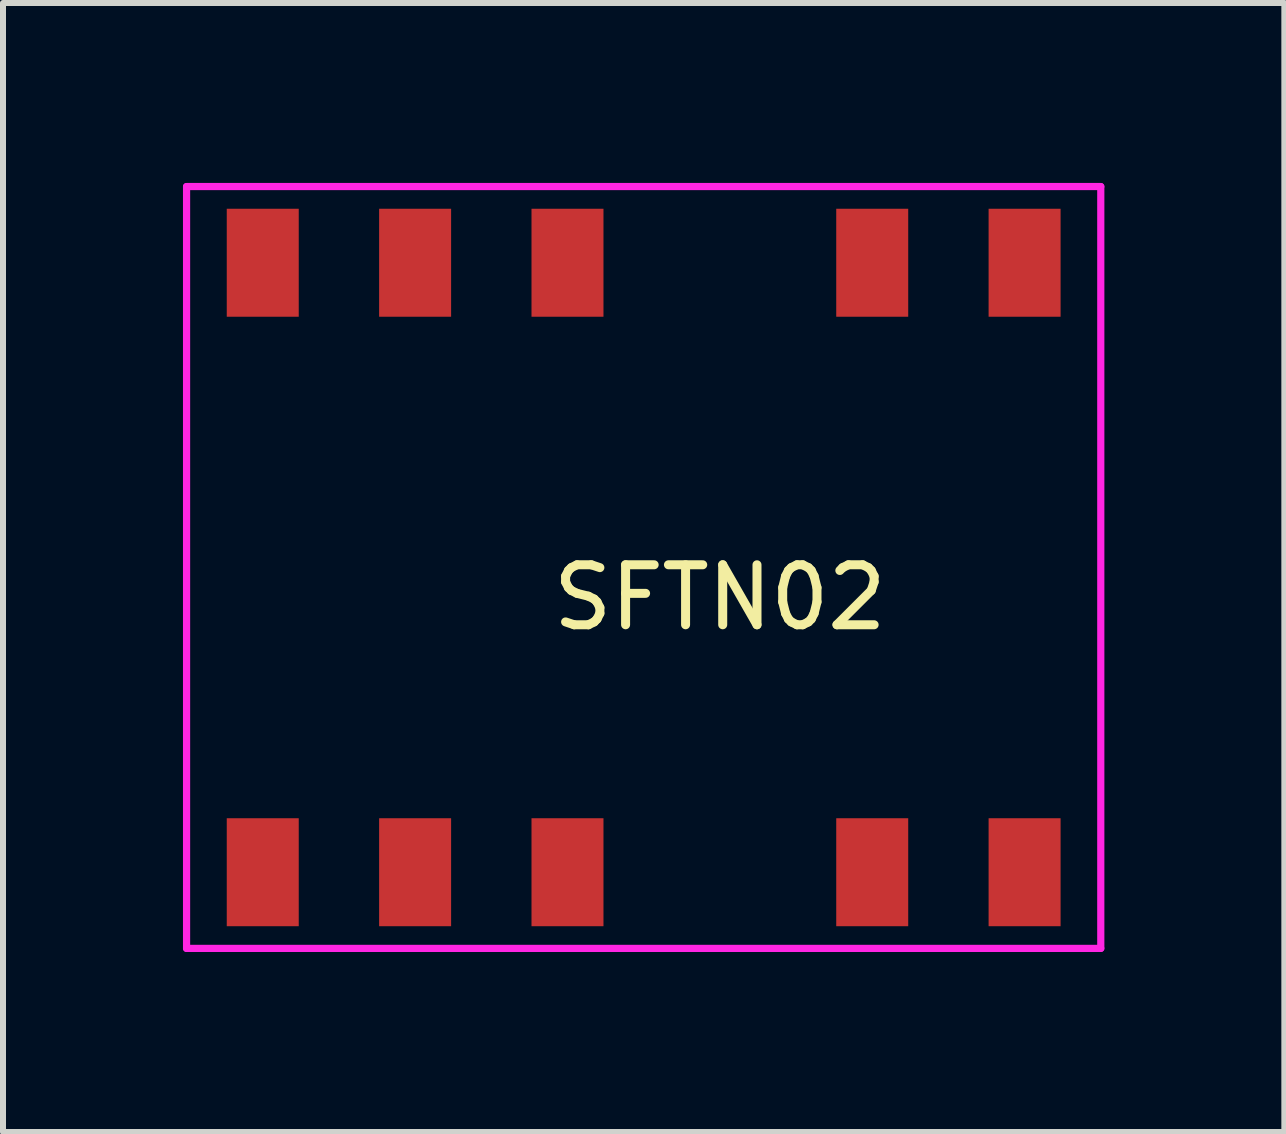
<source format=kicad_pcb>
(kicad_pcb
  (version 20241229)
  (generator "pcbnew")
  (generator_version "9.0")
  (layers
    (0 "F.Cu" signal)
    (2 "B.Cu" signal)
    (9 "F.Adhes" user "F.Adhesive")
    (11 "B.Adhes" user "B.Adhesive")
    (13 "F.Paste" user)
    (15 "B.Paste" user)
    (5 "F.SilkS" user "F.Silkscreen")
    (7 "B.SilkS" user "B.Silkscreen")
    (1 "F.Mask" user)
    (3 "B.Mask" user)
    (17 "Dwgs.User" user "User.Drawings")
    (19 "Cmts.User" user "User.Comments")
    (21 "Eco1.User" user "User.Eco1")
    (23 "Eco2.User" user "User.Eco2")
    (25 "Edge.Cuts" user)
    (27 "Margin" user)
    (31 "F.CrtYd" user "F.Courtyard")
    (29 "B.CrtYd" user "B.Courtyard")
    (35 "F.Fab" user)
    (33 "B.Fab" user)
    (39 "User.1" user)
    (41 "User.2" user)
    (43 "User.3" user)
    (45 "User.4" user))
  (footprint "SFTN02"
    (layer "F.Cu")
    (at 8.95 6.41)
    (property "Reference" "SFTN02" (at 0 0.5 0) (layer "F.SilkS") (effects (font (size 1 1) (thickness 0.15))))
    (attr through_hole)
    (fp_line (start -8.89 -6.35) (end -8.89 6.35) (stroke (width 0.12) (type solid)) (layer "F.CrtYd"))
    (fp_line (start -8.89 6.35) (end 6.35 6.35) (stroke (width 0.12) (type solid)) (layer "F.CrtYd"))
    (fp_line (start 6.35 -6.35) (end -8.89 -6.35) (stroke (width 0.12) (type solid)) (layer "F.CrtYd"))
    (fp_line (start 6.35 6.35) (end 6.35 -6.35) (stroke (width 0.12) (type solid)) (layer "F.CrtYd"))
    (pad "1" smd rect (at -7.62 5.08 180) (size 1.2 1.8) (layers "F.Cu" "F.Mask" "F.Paste"))
    (pad "2" smd rect (at -5.08 5.08 180) (size 1.2 1.8) (layers "F.Cu" "F.Mask" "F.Paste"))
    (pad "3" smd rect (at -2.54 5.08 180) (size 1.2 1.8) (layers "F.Cu" "F.Mask" "F.Paste"))
    (pad "5" smd rect (at 2.54 5.08 180) (size 1.2 1.8) (layers "F.Cu" "F.Mask" "F.Paste"))
    (pad "6" smd rect (at 5.08 5.08 180) (size 1.2 1.8) (layers "F.Cu" "F.Mask" "F.Paste"))
    (pad "7" smd rect (at 5.08 -5.08 180) (size 1.2 1.8) (layers "F.Cu" "F.Mask" "F.Paste"))
    (pad "8" smd rect (at 2.54 -5.08 180) (size 1.2 1.8) (layers "F.Cu" "F.Mask" "F.Paste"))
    (pad "10" smd rect (at -2.54 -5.08 180) (size 1.2 1.8) (layers "F.Cu" "F.Mask" "F.Paste"))
    (pad "11" smd rect (at -5.08 -5.08 180) (size 1.2 1.8) (layers "F.Cu" "F.Mask" "F.Paste"))
    (pad "12" smd rect (at -7.62 -5.08 180) (size 1.2 1.8) (layers "F.Cu" "F.Mask" "F.Paste")))
  (gr_rect
    (start -3 -3)
    (end 18.36 15.82)
    (stroke (width 0.1) (type default))
    (fill no)
    (layer "Edge.Cuts")))
</source>
